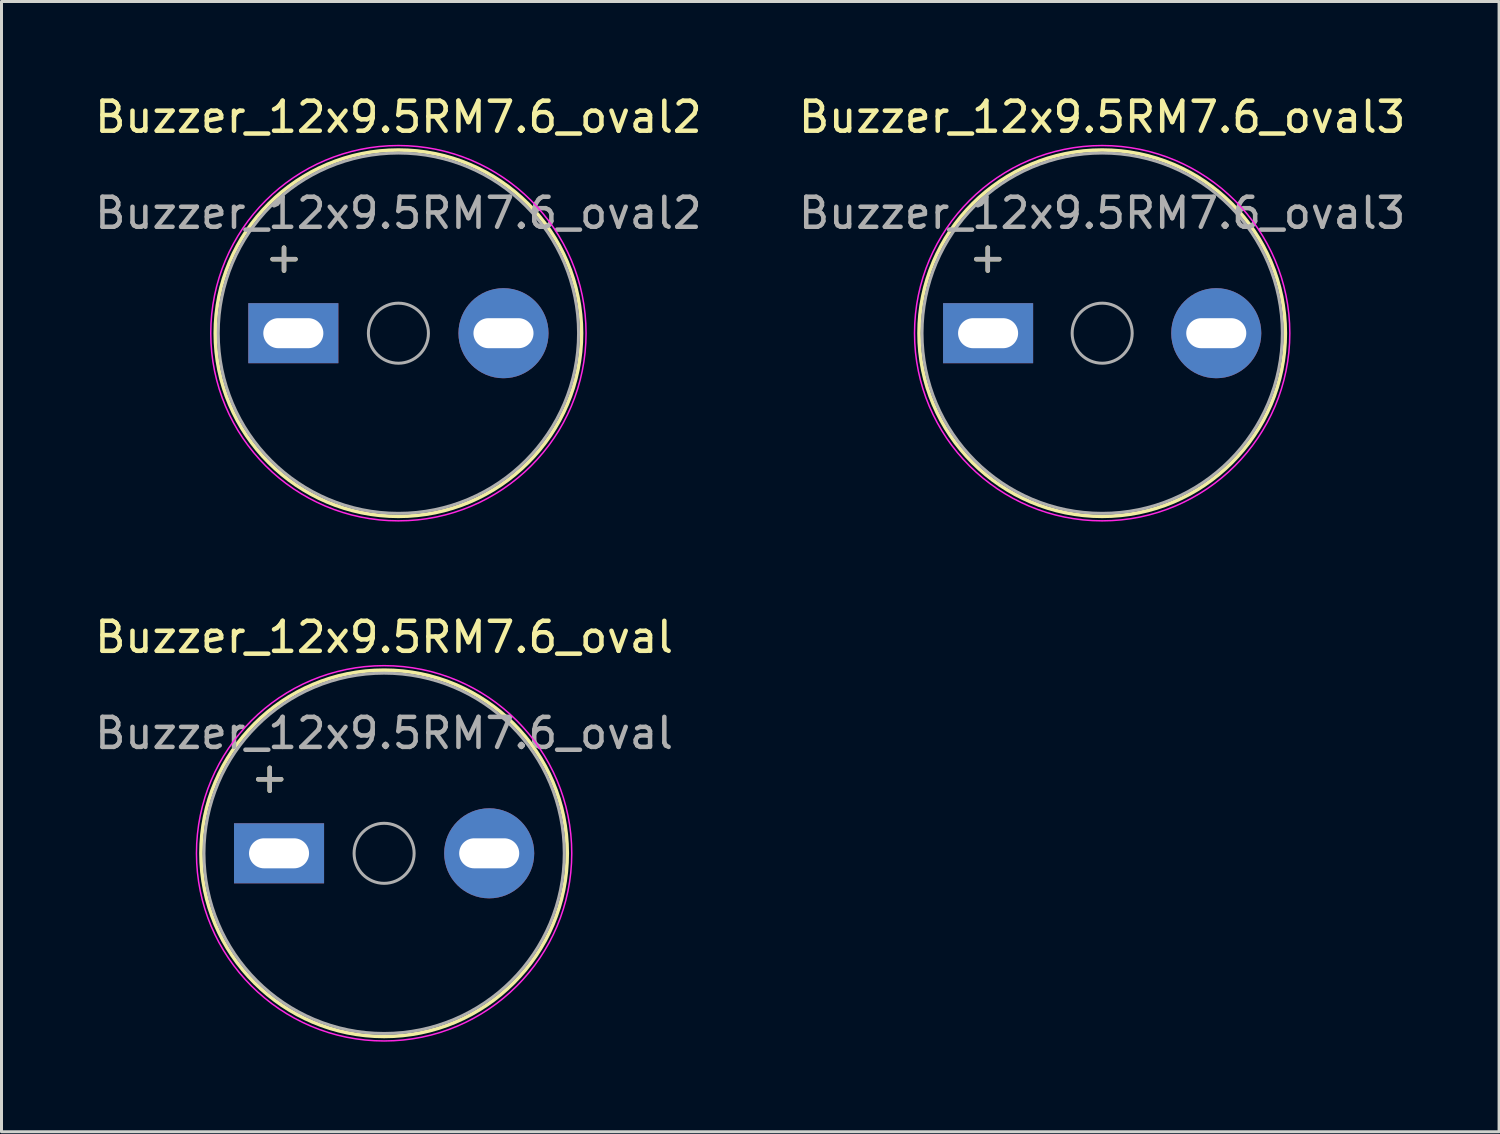
<source format=kicad_pcb>
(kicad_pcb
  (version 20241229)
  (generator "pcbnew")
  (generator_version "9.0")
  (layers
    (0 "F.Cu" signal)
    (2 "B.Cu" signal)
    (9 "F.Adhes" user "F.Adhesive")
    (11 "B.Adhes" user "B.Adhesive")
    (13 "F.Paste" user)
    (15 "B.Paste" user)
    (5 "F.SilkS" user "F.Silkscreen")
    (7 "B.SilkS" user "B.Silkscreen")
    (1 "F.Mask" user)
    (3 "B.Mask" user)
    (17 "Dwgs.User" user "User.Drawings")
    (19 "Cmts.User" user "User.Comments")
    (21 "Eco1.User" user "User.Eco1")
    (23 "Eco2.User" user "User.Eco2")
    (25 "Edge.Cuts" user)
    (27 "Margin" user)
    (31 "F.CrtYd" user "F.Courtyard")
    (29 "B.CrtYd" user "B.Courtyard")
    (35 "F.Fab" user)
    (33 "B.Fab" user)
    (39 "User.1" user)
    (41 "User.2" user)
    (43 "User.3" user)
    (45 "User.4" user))
  (footprint "Buzzer_12x9.5RM7.6_oval"
    (layer "F.Cu")
    (at 5.944 25.372)
    (property "Reference" "Buzzer_12x9.5RM7.6_oval" (at 3.8 -7.2 0) (layer "F.SilkS") (effects (font (size 1 1) (thickness 0.15))))
    (attr through_hole)
    (fp_circle (center 3.8 0) (end 9.9 0) (stroke (width 0.12) (type solid)) (fill no) (layer "F.SilkS"))
    (fp_circle (center 3.8 0) (end 10.05 0) (stroke (width 0.05) (type solid)) (fill no) (layer "F.CrtYd"))
    (fp_circle (center 3.8 0) (end 4.8 0) (stroke (width 0.1) (type solid)) (fill no) (layer "F.Fab"))
    (fp_circle (center 3.8 0) (end 9.8 0) (stroke (width 0.1) (type solid)) (fill no) (layer "F.Fab"))
    (fp_text user "+" (at -0.01 -2.54 0) (layer "F.SilkS") (effects (font (size 1 1) (thickness 0.15))))
    (fp_text user "+" (at -0.01 -2.54 0) (layer "F.Fab") (effects (font (size 1 1) (thickness 0.15))))
    (fp_text user "${REFERENCE}" (at 3.8 -4 0) (layer "F.Fab") (effects (font (size 1 1) (thickness 0.15))))
    (pad "1" thru_hole rect (at 0.3 0) (size 3 2) (drill oval 2 1) (layers "*.Cu" "*.Mask"))
    (pad "2" thru_hole circle (at 7.3 0) (size 3 3) (drill oval 2 1) (layers "*.Cu" "*.Mask")))
  (footprint "Buzzer_12x9.5RM7.6_oval3"
    (layer "F.Cu")
    (at 29.861 8.048)
    (property "Reference" "Buzzer_12x9.5RM7.6_oval3" (at 3.8 -7.2 0) (layer "F.SilkS") (effects (font (size 1 1) (thickness 0.15))))
    (attr through_hole)
    (fp_circle (center 3.8 0) (end 9.9 0) (stroke (width 0.12) (type solid)) (fill no) (layer "F.SilkS"))
    (fp_circle (center 3.8 0) (end 10.05 0) (stroke (width 0.05) (type solid)) (fill no) (layer "F.CrtYd"))
    (fp_circle (center 3.8 0) (end 4.8 0) (stroke (width 0.1) (type solid)) (fill no) (layer "F.Fab"))
    (fp_circle (center 3.8 0) (end 9.8 0) (stroke (width 0.1) (type solid)) (fill no) (layer "F.Fab"))
    (fp_text user "+" (at -0.01 -2.54 0) (layer "F.SilkS") (effects (font (size 1 1) (thickness 0.15))))
    (fp_text user "+" (at -0.01 -2.54 0) (layer "F.Fab") (effects (font (size 1 1) (thickness 0.15))))
    (fp_text user "${REFERENCE}" (at 3.8 -4 0) (layer "F.Fab") (effects (font (size 1 1) (thickness 0.15))))
    (pad "1" thru_hole rect (at 0 0) (size 3 2) (drill oval 2 1) (layers "*.Cu" "*.Mask"))
    (pad "2" thru_hole circle (at 7.6 0) (size 3 3) (drill oval 2 1) (layers "*.Cu" "*.Mask")))
  (footprint "Buzzer_12x9.5RM7.6_oval2"
    (layer "F.Cu")
    (at 6.42 8.048)
    (property "Reference" "Buzzer_12x9.5RM7.6_oval2" (at 3.8 -7.2 0) (layer "F.SilkS") (effects (font (size 1 1) (thickness 0.15))))
    (attr through_hole)
    (fp_circle (center 3.8 0) (end 9.9 0) (stroke (width 0.12) (type solid)) (fill no) (layer "F.SilkS"))
    (fp_circle (center 3.8 0) (end 10.05 0) (stroke (width 0.05) (type solid)) (fill no) (layer "F.CrtYd"))
    (fp_circle (center 3.8 0) (end 4.8 0) (stroke (width 0.1) (type solid)) (fill no) (layer "F.Fab"))
    (fp_circle (center 3.8 0) (end 9.8 0) (stroke (width 0.1) (type solid)) (fill no) (layer "F.Fab"))
    (fp_text user "+" (at -0.01 -2.54 0) (layer "F.SilkS") (effects (font (size 1 1) (thickness 0.15))))
    (fp_text user "${REFERENCE}" (at 3.8 -4 0) (layer "F.Fab") (effects (font (size 1 1) (thickness 0.15))))
    (fp_text user "+" (at -0.01 -2.54 0) (layer "F.Fab") (effects (font (size 1 1) (thickness 0.15))))
    (pad "1" thru_hole rect (at 0.3 0) (size 3 2) (drill oval 2 1) (layers "*.Cu" "*.Mask"))
    (pad "2" thru_hole circle (at 7.3 0) (size 3 3) (drill oval 2 1) (layers "*.Cu" "*.Mask")))
  (gr_rect
    (start -3 -3)
    (end 46.881 34.647)
    (stroke (width 0.1) (type default))
    (fill no)
    (layer "Edge.Cuts")))
</source>
